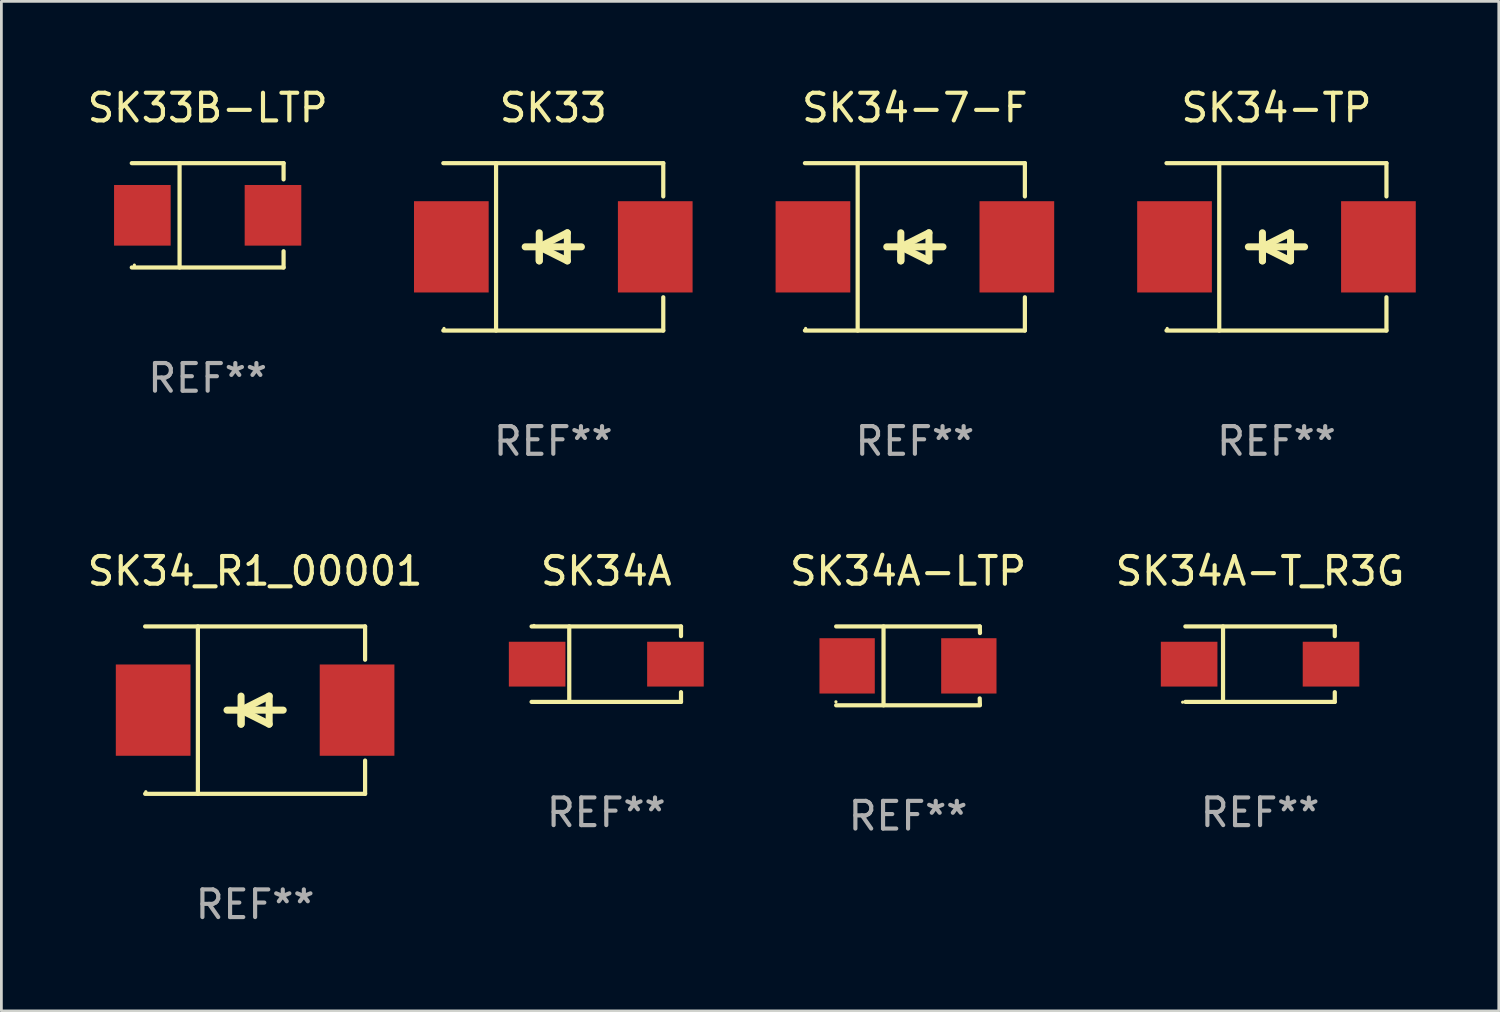
<source format=kicad_pcb>
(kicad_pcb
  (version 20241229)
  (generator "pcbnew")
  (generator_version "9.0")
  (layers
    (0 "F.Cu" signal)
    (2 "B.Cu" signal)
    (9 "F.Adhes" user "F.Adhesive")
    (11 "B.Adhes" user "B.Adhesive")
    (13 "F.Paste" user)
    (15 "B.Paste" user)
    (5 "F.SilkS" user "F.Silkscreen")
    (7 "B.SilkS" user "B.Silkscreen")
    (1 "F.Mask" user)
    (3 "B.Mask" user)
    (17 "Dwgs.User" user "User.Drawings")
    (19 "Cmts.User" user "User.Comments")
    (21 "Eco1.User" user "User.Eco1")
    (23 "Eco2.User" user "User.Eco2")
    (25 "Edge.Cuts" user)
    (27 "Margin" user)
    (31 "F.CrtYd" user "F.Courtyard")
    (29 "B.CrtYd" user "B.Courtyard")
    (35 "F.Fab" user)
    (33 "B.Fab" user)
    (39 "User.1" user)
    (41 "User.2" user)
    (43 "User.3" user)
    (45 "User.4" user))
  (footprint "SK33B-LTP"
    (layer "F.Cu")
    (at 4.458 4.734)
    (property "Reference" "SK33B-LTP" (at 0 -3.886 0) (layer "F.SilkS") (effects (font (size 1 1) (thickness 0.15))))
    (attr through_hole)
    (fp_line (start -2.744 -1.886) (end 2.744 -1.886) (stroke (width 0.152) (type solid)) (layer "F.SilkS"))
    (fp_line (start -2.744 1.886) (end 2.744 1.886) (stroke (width 0.152) (type solid)) (layer "F.SilkS"))
    (fp_line (start -1.016 -1.886) (end -1.016 1.886) (stroke (width 0.152) (type solid)) (layer "F.SilkS"))
    (fp_line (start 2.744 -1.886) (end 2.744 -1.299) (stroke (width 0.152) (type solid)) (layer "F.SilkS"))
    (fp_line (start 2.744 1.886) (end 2.744 1.299) (stroke (width 0.152) (type solid)) (layer "F.SilkS"))
    (fp_circle (center -2.65 1.8) (end -2.62 1.8) (stroke (width 0.06) (type solid)) (fill no) (layer "F.SilkS"))
    (fp_text user "REF**" (at 0 5.886 0) (layer "F.Fab") (effects (font (size 1 1) (thickness 0.15))))
    (pad "1" smd rect (at -2.361 0) (size 2.047 2.192) (layers "F.Cu" "F.Mask" "F.Paste"))
    (pad "2" smd rect (at 2.361 0) (size 2.047 2.192) (layers "F.Cu" "F.Mask" "F.Paste")))
  (footprint "SK34-TP"
    (layer "F.Cu")
    (at 43.098 5.874)
    (property "Reference" "SK34-TP" (at 0 -5.026 0) (layer "F.SilkS") (effects (font (size 1 1) (thickness 0.15))))
    (attr through_hole)
    (fp_line (start -3.976 -3.026) (end 3.976 -3.026) (stroke (width 0.152) (type solid)) (layer "F.SilkS"))
    (fp_line (start -3.976 3.026) (end 3.976 3.026) (stroke (width 0.152) (type solid)) (layer "F.SilkS"))
    (fp_line (start -2.069 -3.026) (end -2.069 3.026) (stroke (width 0.152) (type solid)) (layer "F.SilkS"))
    (fp_line (start -0.508 0) (end -0.508 0.508) (stroke (width 0.254) (type solid)) (layer "F.SilkS"))
    (fp_line (start -0.508 0) (end 0.508 0.508) (stroke (width 0.254) (type solid)) (layer "F.SilkS"))
    (fp_line (start -0.508 0.508) (end -0.508 -0.508) (stroke (width 0.254) (type solid)) (layer "F.SilkS"))
    (fp_line (start 0.508 -0.508) (end -0.508 0) (stroke (width 0.254) (type solid)) (layer "F.SilkS"))
    (fp_line (start 0.508 0.508) (end 0.508 -0.508) (stroke (width 0.254) (type solid)) (layer "F.SilkS"))
    (fp_line (start 1.016 0) (end -1.016 0) (stroke (width 0.254) (type solid)) (layer "F.SilkS"))
    (fp_line (start 3.976 -3.026) (end 3.976 -1.823) (stroke (width 0.152) (type solid)) (layer "F.SilkS"))
    (fp_line (start 3.976 3.026) (end 3.976 1.823) (stroke (width 0.152) (type solid)) (layer "F.SilkS"))
    (fp_circle (center -3.95 2.95) (end -3.92 2.95) (stroke (width 0.06) (type solid)) (fill no) (layer "F.SilkS"))
    (fp_text user "REF**" (at 0 7.026 0) (layer "F.Fab") (effects (font (size 1 1) (thickness 0.15))))
    (pad "1" smd rect (at -3.686 0) (size 2.7 3.3) (layers "F.Cu" "F.Mask" "F.Paste"))
    (pad "2" smd rect (at 3.686 0) (size 2.7 3.3) (layers "F.Cu" "F.Mask" "F.Paste")))
  (footprint "SK34A"
    (layer "F.Cu")
    (at 18.869 20.961)
    (property "Reference" "SK34A" (at 0 -3.364 0) (layer "F.SilkS") (effects (font (size 1 1) (thickness 0.15))))
    (attr through_hole)
    (fp_line (start -2.701 -1.364) (end 2.701 -1.364) (stroke (width 0.152) (type solid)) (layer "F.SilkS"))
    (fp_line (start -2.701 1.364) (end 2.701 1.364) (stroke (width 0.152) (type solid)) (layer "F.SilkS"))
    (fp_line (start -1.339 -1.364) (end -1.339 1.364) (stroke (width 0.152) (type solid)) (layer "F.SilkS"))
    (fp_line (start 2.701 -1.364) (end 2.701 -1.013) (stroke (width 0.152) (type solid)) (layer "F.SilkS"))
    (fp_line (start 2.701 1.364) (end 2.701 1.013) (stroke (width 0.152) (type solid)) (layer "F.SilkS"))
    (fp_circle (center -2.615 -1.4) (end -2.585 -1.4) (stroke (width 0.06) (type solid)) (fill no) (layer "F.SilkS"))
    (fp_text user "REF**" (at 0 5.364 0) (layer "F.Fab") (effects (font (size 1 1) (thickness 0.15))))
    (pad "1" smd rect (at -2.5 0) (size 2.046 1.62) (layers "F.Cu" "F.Mask" "F.Paste"))
    (pad "2" smd rect (at 2.5 0) (size 2.046 1.62) (layers "F.Cu" "F.Mask" "F.Paste")))
  (footprint "SK34A-T_R3G"
    (layer "F.Cu")
    (at 42.505 20.961)
    (property "Reference" "SK34A-T_R3G" (at 0 -3.364 0) (layer "F.SilkS") (effects (font (size 1 1) (thickness 0.15))))
    (attr through_hole)
    (fp_line (start -2.701 -1.364) (end 2.701 -1.364) (stroke (width 0.152) (type solid)) (layer "F.SilkS"))
    (fp_line (start -2.701 1.364) (end 2.701 1.364) (stroke (width 0.152) (type solid)) (layer "F.SilkS"))
    (fp_line (start -1.339 -1.364) (end -1.339 1.364) (stroke (width 0.152) (type solid)) (layer "F.SilkS"))
    (fp_line (start 2.701 -1.364) (end 2.701 -1.013) (stroke (width 0.152) (type solid)) (layer "F.SilkS"))
    (fp_line (start 2.701 1.364) (end 2.701 1.013) (stroke (width 0.152) (type solid)) (layer "F.SilkS"))
    (fp_circle (center -2.8 1.375) (end -2.77 1.375) (stroke (width 0.06) (type solid)) (fill no) (layer "F.SilkS"))
    (fp_text user "REF**" (at 0 5.364 0) (layer "F.Fab") (effects (font (size 1 1) (thickness 0.15))))
    (pad "1" smd rect (at -2.565 -0.000025) (size 2.046 1.62) (layers "F.Cu" "F.Mask" "F.Paste"))
    (pad "2" smd rect (at 2.565 -0.000025) (size 2.046 1.62) (layers "F.Cu" "F.Mask" "F.Paste")))
  (footprint "SK34A-LTP"
    (layer "F.Cu")
    (at 29.779 21.023)
    (property "Reference" "SK34A-LTP" (at 0 -3.426 0) (layer "F.SilkS") (effects (font (size 1 1) (thickness 0.15))))
    (attr through_hole)
    (fp_line (start -2.6 -1.426) (end 2.593 -1.426) (stroke (width 0.152) (type solid)) (layer "F.SilkS"))
    (fp_line (start -2.6 1.426) (end 2.593 1.426) (stroke (width 0.152) (type solid)) (layer "F.SilkS"))
    (fp_line (start -0.887 -1.426) (end -0.887 1.426) (stroke (width 0.152) (type solid)) (layer "F.SilkS"))
    (fp_line (start 2.59 1.176) (end 2.597 1.415) (stroke (width 0.152) (type solid)) (layer "F.SilkS"))
    (fp_line (start 2.593 -1.426) (end 2.6 -1.187) (stroke (width 0.152) (type solid)) (layer "F.SilkS"))
    (fp_circle (center -2.608 1.3) (end -2.578 1.3) (stroke (width 0.06) (type solid)) (fill no) (layer "F.SilkS"))
    (fp_text user "REF**" (at 0 5.426 0) (layer "F.Fab") (effects (font (size 1 1) (thickness 0.15))))
    (pad "1" smd rect (at -2.203 0 180) (size 2 2) (layers "F.Cu" "F.Mask" "F.Paste"))
    (pad "2" smd rect (at 2.197 0 180) (size 2 2) (layers "F.Cu" "F.Mask" "F.Paste")))
  (footprint "SK34-7-F"
    (layer "F.Cu")
    (at 30.026 5.874)
    (property "Reference" "SK34-7-F" (at 0 -5.026 0) (layer "F.SilkS") (effects (font (size 1 1) (thickness 0.15))))
    (attr through_hole)
    (fp_line (start -3.976 -3.026) (end 3.976 -3.026) (stroke (width 0.152) (type solid)) (layer "F.SilkS"))
    (fp_line (start -3.976 3.026) (end 3.976 3.026) (stroke (width 0.152) (type solid)) (layer "F.SilkS"))
    (fp_line (start -2.069 -3.026) (end -2.069 3.026) (stroke (width 0.152) (type solid)) (layer "F.SilkS"))
    (fp_line (start -0.508 0) (end -0.508 0.508) (stroke (width 0.254) (type solid)) (layer "F.SilkS"))
    (fp_line (start -0.508 0) (end 0.508 0.508) (stroke (width 0.254) (type solid)) (layer "F.SilkS"))
    (fp_line (start -0.508 0.508) (end -0.508 -0.508) (stroke (width 0.254) (type solid)) (layer "F.SilkS"))
    (fp_line (start 0.508 -0.508) (end -0.508 0) (stroke (width 0.254) (type solid)) (layer "F.SilkS"))
    (fp_line (start 0.508 0.508) (end 0.508 -0.508) (stroke (width 0.254) (type solid)) (layer "F.SilkS"))
    (fp_line (start 1.016 0) (end -1.016 0) (stroke (width 0.254) (type solid)) (layer "F.SilkS"))
    (fp_line (start 3.976 -3.026) (end 3.976 -1.823) (stroke (width 0.152) (type solid)) (layer "F.SilkS"))
    (fp_line (start 3.976 3.026) (end 3.976 1.823) (stroke (width 0.152) (type solid)) (layer "F.SilkS"))
    (fp_circle (center -3.95 2.95) (end -3.92 2.95) (stroke (width 0.06) (type solid)) (fill no) (layer "F.SilkS"))
    (fp_text user "REF**" (at 0 7.026 0) (layer "F.Fab") (effects (font (size 1 1) (thickness 0.15))))
    (pad "1" smd rect (at -3.686 0) (size 2.7 3.3) (layers "F.Cu" "F.Mask" "F.Paste"))
    (pad "2" smd rect (at 3.686 0) (size 2.7 3.3) (layers "F.Cu" "F.Mask" "F.Paste")))
  (footprint "SK34_R1_00001"
    (layer "F.Cu")
    (at 6.173 22.623)
    (property "Reference" "SK34_R1_00001" (at 0 -5.026 0) (layer "F.SilkS") (effects (font (size 1 1) (thickness 0.15))))
    (attr through_hole)
    (fp_line (start -3.976 -3.026) (end 3.976 -3.026) (stroke (width 0.152) (type solid)) (layer "F.SilkS"))
    (fp_line (start -3.976 3.026) (end 3.976 3.026) (stroke (width 0.152) (type solid)) (layer "F.SilkS"))
    (fp_line (start -2.069 -3.026) (end -2.069 3.026) (stroke (width 0.152) (type solid)) (layer "F.SilkS"))
    (fp_line (start -0.508 0) (end -0.508 0.508) (stroke (width 0.254) (type solid)) (layer "F.SilkS"))
    (fp_line (start -0.508 0) (end 0.508 0.508) (stroke (width 0.254) (type solid)) (layer "F.SilkS"))
    (fp_line (start -0.508 0.508) (end -0.508 -0.508) (stroke (width 0.254) (type solid)) (layer "F.SilkS"))
    (fp_line (start 0.508 -0.508) (end -0.508 0) (stroke (width 0.254) (type solid)) (layer "F.SilkS"))
    (fp_line (start 0.508 0.508) (end 0.508 -0.508) (stroke (width 0.254) (type solid)) (layer "F.SilkS"))
    (fp_line (start 1.016 0) (end -1.016 0) (stroke (width 0.254) (type solid)) (layer "F.SilkS"))
    (fp_line (start 3.976 -3.026) (end 3.976 -1.823) (stroke (width 0.152) (type solid)) (layer "F.SilkS"))
    (fp_line (start 3.976 3.026) (end 3.976 1.823) (stroke (width 0.152) (type solid)) (layer "F.SilkS"))
    (fp_circle (center -3.95 2.95) (end -3.92 2.95) (stroke (width 0.06) (type solid)) (fill no) (layer "F.SilkS"))
    (fp_text user "REF**" (at 0 7.026 0) (layer "F.Fab") (effects (font (size 1 1) (thickness 0.15))))
    (pad "1" smd rect (at -3.686 0) (size 2.7 3.3) (layers "F.Cu" "F.Mask" "F.Paste"))
    (pad "2" smd rect (at 3.686 0) (size 2.7 3.3) (layers "F.Cu" "F.Mask" "F.Paste")))
  (footprint "SK33"
    (layer "F.Cu")
    (at 16.953 5.874)
    (property "Reference" "SK33" (at 0 -5.026 0) (layer "F.SilkS") (effects (font (size 1 1) (thickness 0.15))))
    (attr through_hole)
    (fp_line (start -3.976 -3.026) (end 3.976 -3.026) (stroke (width 0.152) (type solid)) (layer "F.SilkS"))
    (fp_line (start -3.976 3.026) (end 3.976 3.026) (stroke (width 0.152) (type solid)) (layer "F.SilkS"))
    (fp_line (start -2.069 -3.026) (end -2.069 3.026) (stroke (width 0.152) (type solid)) (layer "F.SilkS"))
    (fp_line (start -0.508 0) (end -0.508 0.508) (stroke (width 0.254) (type solid)) (layer "F.SilkS"))
    (fp_line (start -0.508 0) (end 0.508 0.508) (stroke (width 0.254) (type solid)) (layer "F.SilkS"))
    (fp_line (start -0.508 0.508) (end -0.508 -0.508) (stroke (width 0.254) (type solid)) (layer "F.SilkS"))
    (fp_line (start 0.508 -0.508) (end -0.508 0) (stroke (width 0.254) (type solid)) (layer "F.SilkS"))
    (fp_line (start 0.508 0.508) (end 0.508 -0.508) (stroke (width 0.254) (type solid)) (layer "F.SilkS"))
    (fp_line (start 1.016 0) (end -1.016 0) (stroke (width 0.254) (type solid)) (layer "F.SilkS"))
    (fp_line (start 3.976 -3.026) (end 3.976 -1.823) (stroke (width 0.152) (type solid)) (layer "F.SilkS"))
    (fp_line (start 3.976 3.026) (end 3.976 1.823) (stroke (width 0.152) (type solid)) (layer "F.SilkS"))
    (fp_circle (center -3.95 2.95) (end -3.92 2.95) (stroke (width 0.06) (type solid)) (fill no) (layer "F.SilkS"))
    (fp_text user "REF**" (at 0 7.026 0) (layer "F.Fab") (effects (font (size 1 1) (thickness 0.15))))
    (pad "1" smd rect (at -3.686 0) (size 2.7 3.3) (layers "F.Cu" "F.Mask" "F.Paste"))
    (pad "2" smd rect (at 3.686 0) (size 2.7 3.3) (layers "F.Cu" "F.Mask" "F.Paste")))
  (gr_rect
    (start -3 -3)
    (end 51.135 33.498)
    (stroke (width 0.1) (type default))
    (fill no)
    (layer "Edge.Cuts")))
</source>
